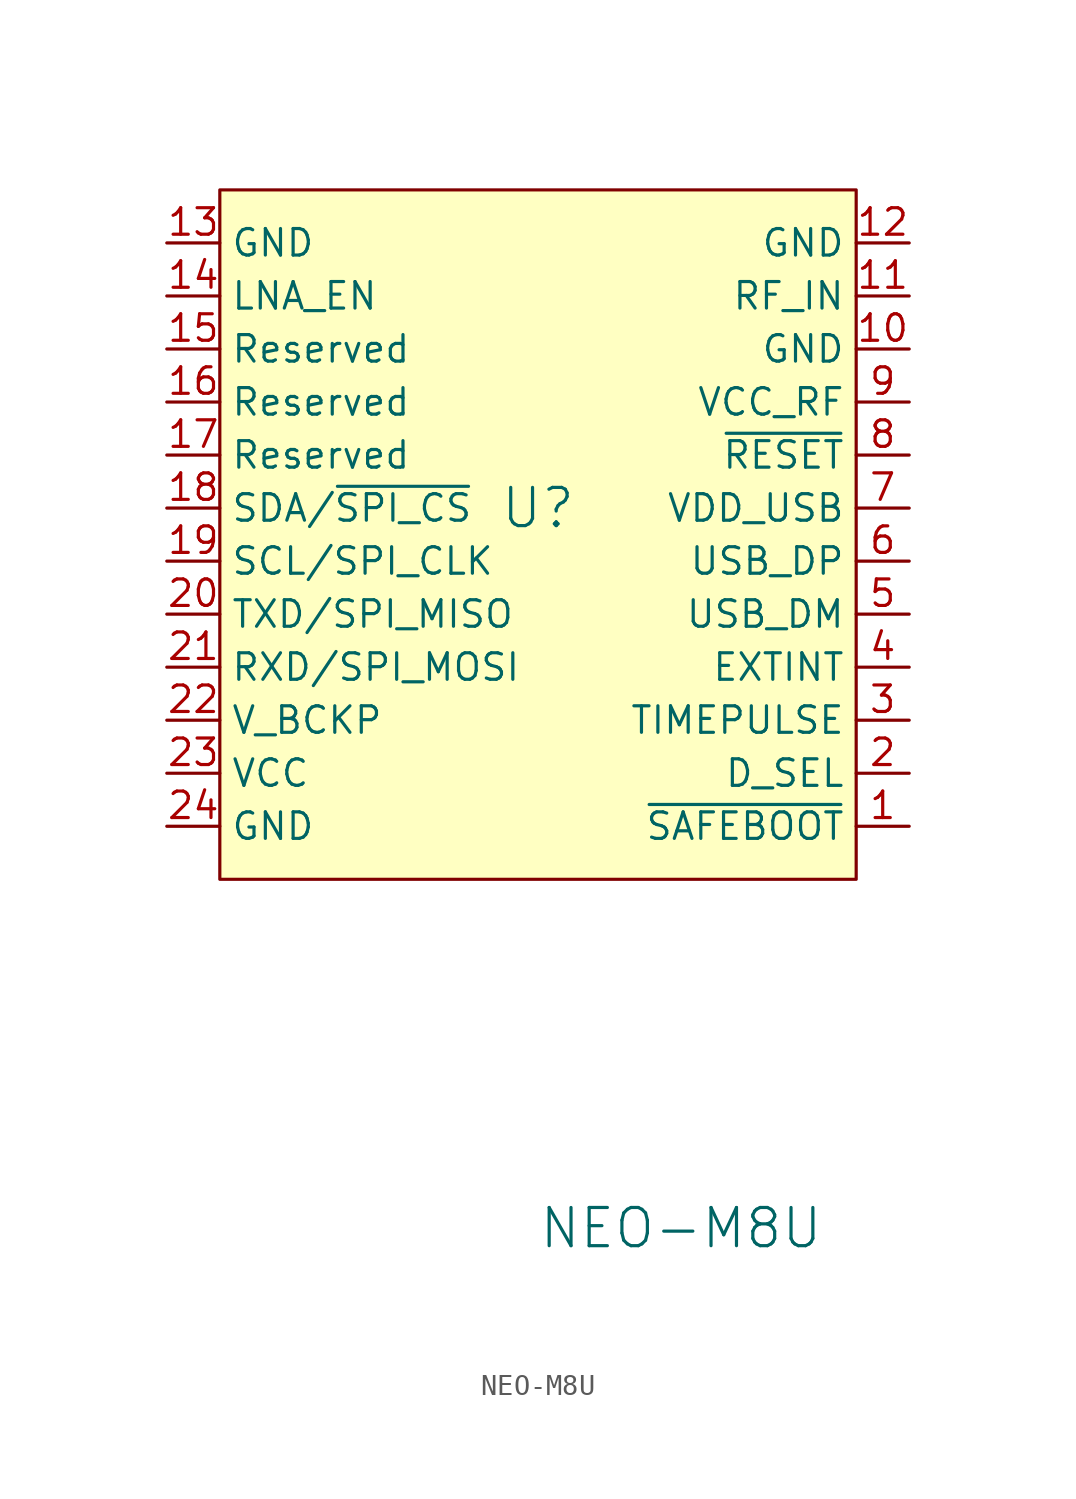
<source format=kicad_sym>
(kicad_symbol_lib
  (version 20241209)
  (generator "kicad_symbol_editor")
  (generator_version "9.0")
  (symbol "NEO-M8U"
    (property "Reference" "U"
      (at 0 0 0)
      (effects (font (size 1.829 1.829))))
    (property "Value" "NEO-M8U"
      (at 0 -35.56 0)
      (effects (font (size 1.829 1.829)) (justify left bottom)))
    (symbol "NEO-M8U_1_0"
      (rectangle (start 15.24 15.24) (end -15.24 -17.78) (stroke (width 0) (type solid) (color 128 0 0 1)) (fill (type background)))
      (pin passive line (at -17.78 12.7 0) (length 2.54) (name "GND" (effects (font (size 1.27 1.27)))) (number "13" (effects (font (size 1.27 1.27)))))
      (pin passive line (at -17.78 10.16 0) (length 2.54) (name "LNA_EN" (effects (font (size 1.27 1.27)))) (number "14" (effects (font (size 1.27 1.27)))))
      (pin passive line (at -17.78 7.62 0) (length 2.54) (name "Reserved" (effects (font (size 1.27 1.27)))) (number "15" (effects (font (size 1.27 1.27)))))
      (pin passive line (at -17.78 5.08 0) (length 2.54) (name "Reserved" (effects (font (size 1.27 1.27)))) (number "16" (effects (font (size 1.27 1.27)))))
      (pin passive line (at -17.78 2.54 0) (length 2.54) (name "Reserved" (effects (font (size 1.27 1.27)))) (number "17" (effects (font (size 1.27 1.27)))))
      (pin passive line (at -17.78 0 0) (length 2.54) (name "SDA/~{SPI_CS}" (effects (font (size 1.27 1.27)))) (number "18" (effects (font (size 1.27 1.27)))))
      (pin passive line (at -17.78 -2.54 0) (length 2.54) (name "SCL/SPI_CLK" (effects (font (size 1.27 1.27)))) (number "19" (effects (font (size 1.27 1.27)))))
      (pin passive line (at -17.78 -5.08 0) (length 2.54) (name "TXD/SPI_MISO" (effects (font (size 1.27 1.27)))) (number "20" (effects (font (size 1.27 1.27)))))
      (pin passive line (at -17.78 -7.62 0) (length 2.54) (name "RXD/SPI_MOSI" (effects (font (size 1.27 1.27)))) (number "21" (effects (font (size 1.27 1.27)))))
      (pin passive line (at -17.78 -10.16 0) (length 2.54) (name "V_BCKP" (effects (font (size 1.27 1.27)))) (number "22" (effects (font (size 1.27 1.27)))))
      (pin passive line (at -17.78 -12.7 0) (length 2.54) (name "VCC" (effects (font (size 1.27 1.27)))) (number "23" (effects (font (size 1.27 1.27)))))
      (pin passive line (at -17.78 -15.24 0) (length 2.54) (name "GND" (effects (font (size 1.27 1.27)))) (number "24" (effects (font (size 1.27 1.27)))))
      (pin passive line (at 17.78 12.7 180) (length 2.54) (name "GND" (effects (font (size 1.27 1.27)))) (number "12" (effects (font (size 1.27 1.27)))))
      (pin passive line (at 17.78 10.16 180) (length 2.54) (name "RF_IN" (effects (font (size 1.27 1.27)))) (number "11" (effects (font (size 1.27 1.27)))))
      (pin passive line (at 17.78 7.62 180) (length 2.54) (name "GND" (effects (font (size 1.27 1.27)))) (number "10" (effects (font (size 1.27 1.27)))))
      (pin passive line (at 17.78 5.08 180) (length 2.54) (name "VCC_RF" (effects (font (size 1.27 1.27)))) (number "9" (effects (font (size 1.27 1.27)))))
      (pin passive line (at 17.78 2.54 180) (length 2.54) (name "~{RESET}" (effects (font (size 1.27 1.27)))) (number "8" (effects (font (size 1.27 1.27)))))
      (pin passive line (at 17.78 0 180) (length 2.54) (name "VDD_USB" (effects (font (size 1.27 1.27)))) (number "7" (effects (font (size 1.27 1.27)))))
      (pin passive line (at 17.78 -2.54 180) (length 2.54) (name "USB_DP" (effects (font (size 1.27 1.27)))) (number "6" (effects (font (size 1.27 1.27)))))
      (pin passive line (at 17.78 -5.08 180) (length 2.54) (name "USB_DM" (effects (font (size 1.27 1.27)))) (number "5" (effects (font (size 1.27 1.27)))))
      (pin passive line (at 17.78 -7.62 180) (length 2.54) (name "EXTINT" (effects (font (size 1.27 1.27)))) (number "4" (effects (font (size 1.27 1.27)))))
      (pin passive line (at 17.78 -10.16 180) (length 2.54) (name "TIMEPULSE" (effects (font (size 1.27 1.27)))) (number "3" (effects (font (size 1.27 1.27)))))
      (pin passive line (at 17.78 -12.7 180) (length 2.54) (name "D_SEL" (effects (font (size 1.27 1.27)))) (number "2" (effects (font (size 1.27 1.27)))))
      (pin passive line (at 17.78 -15.24 180) (length 2.54) (name "~{SAFEBOOT}" (effects (font (size 1.27 1.27)))) (number "1" (effects (font (size 1.27 1.27))))))))
</source>
